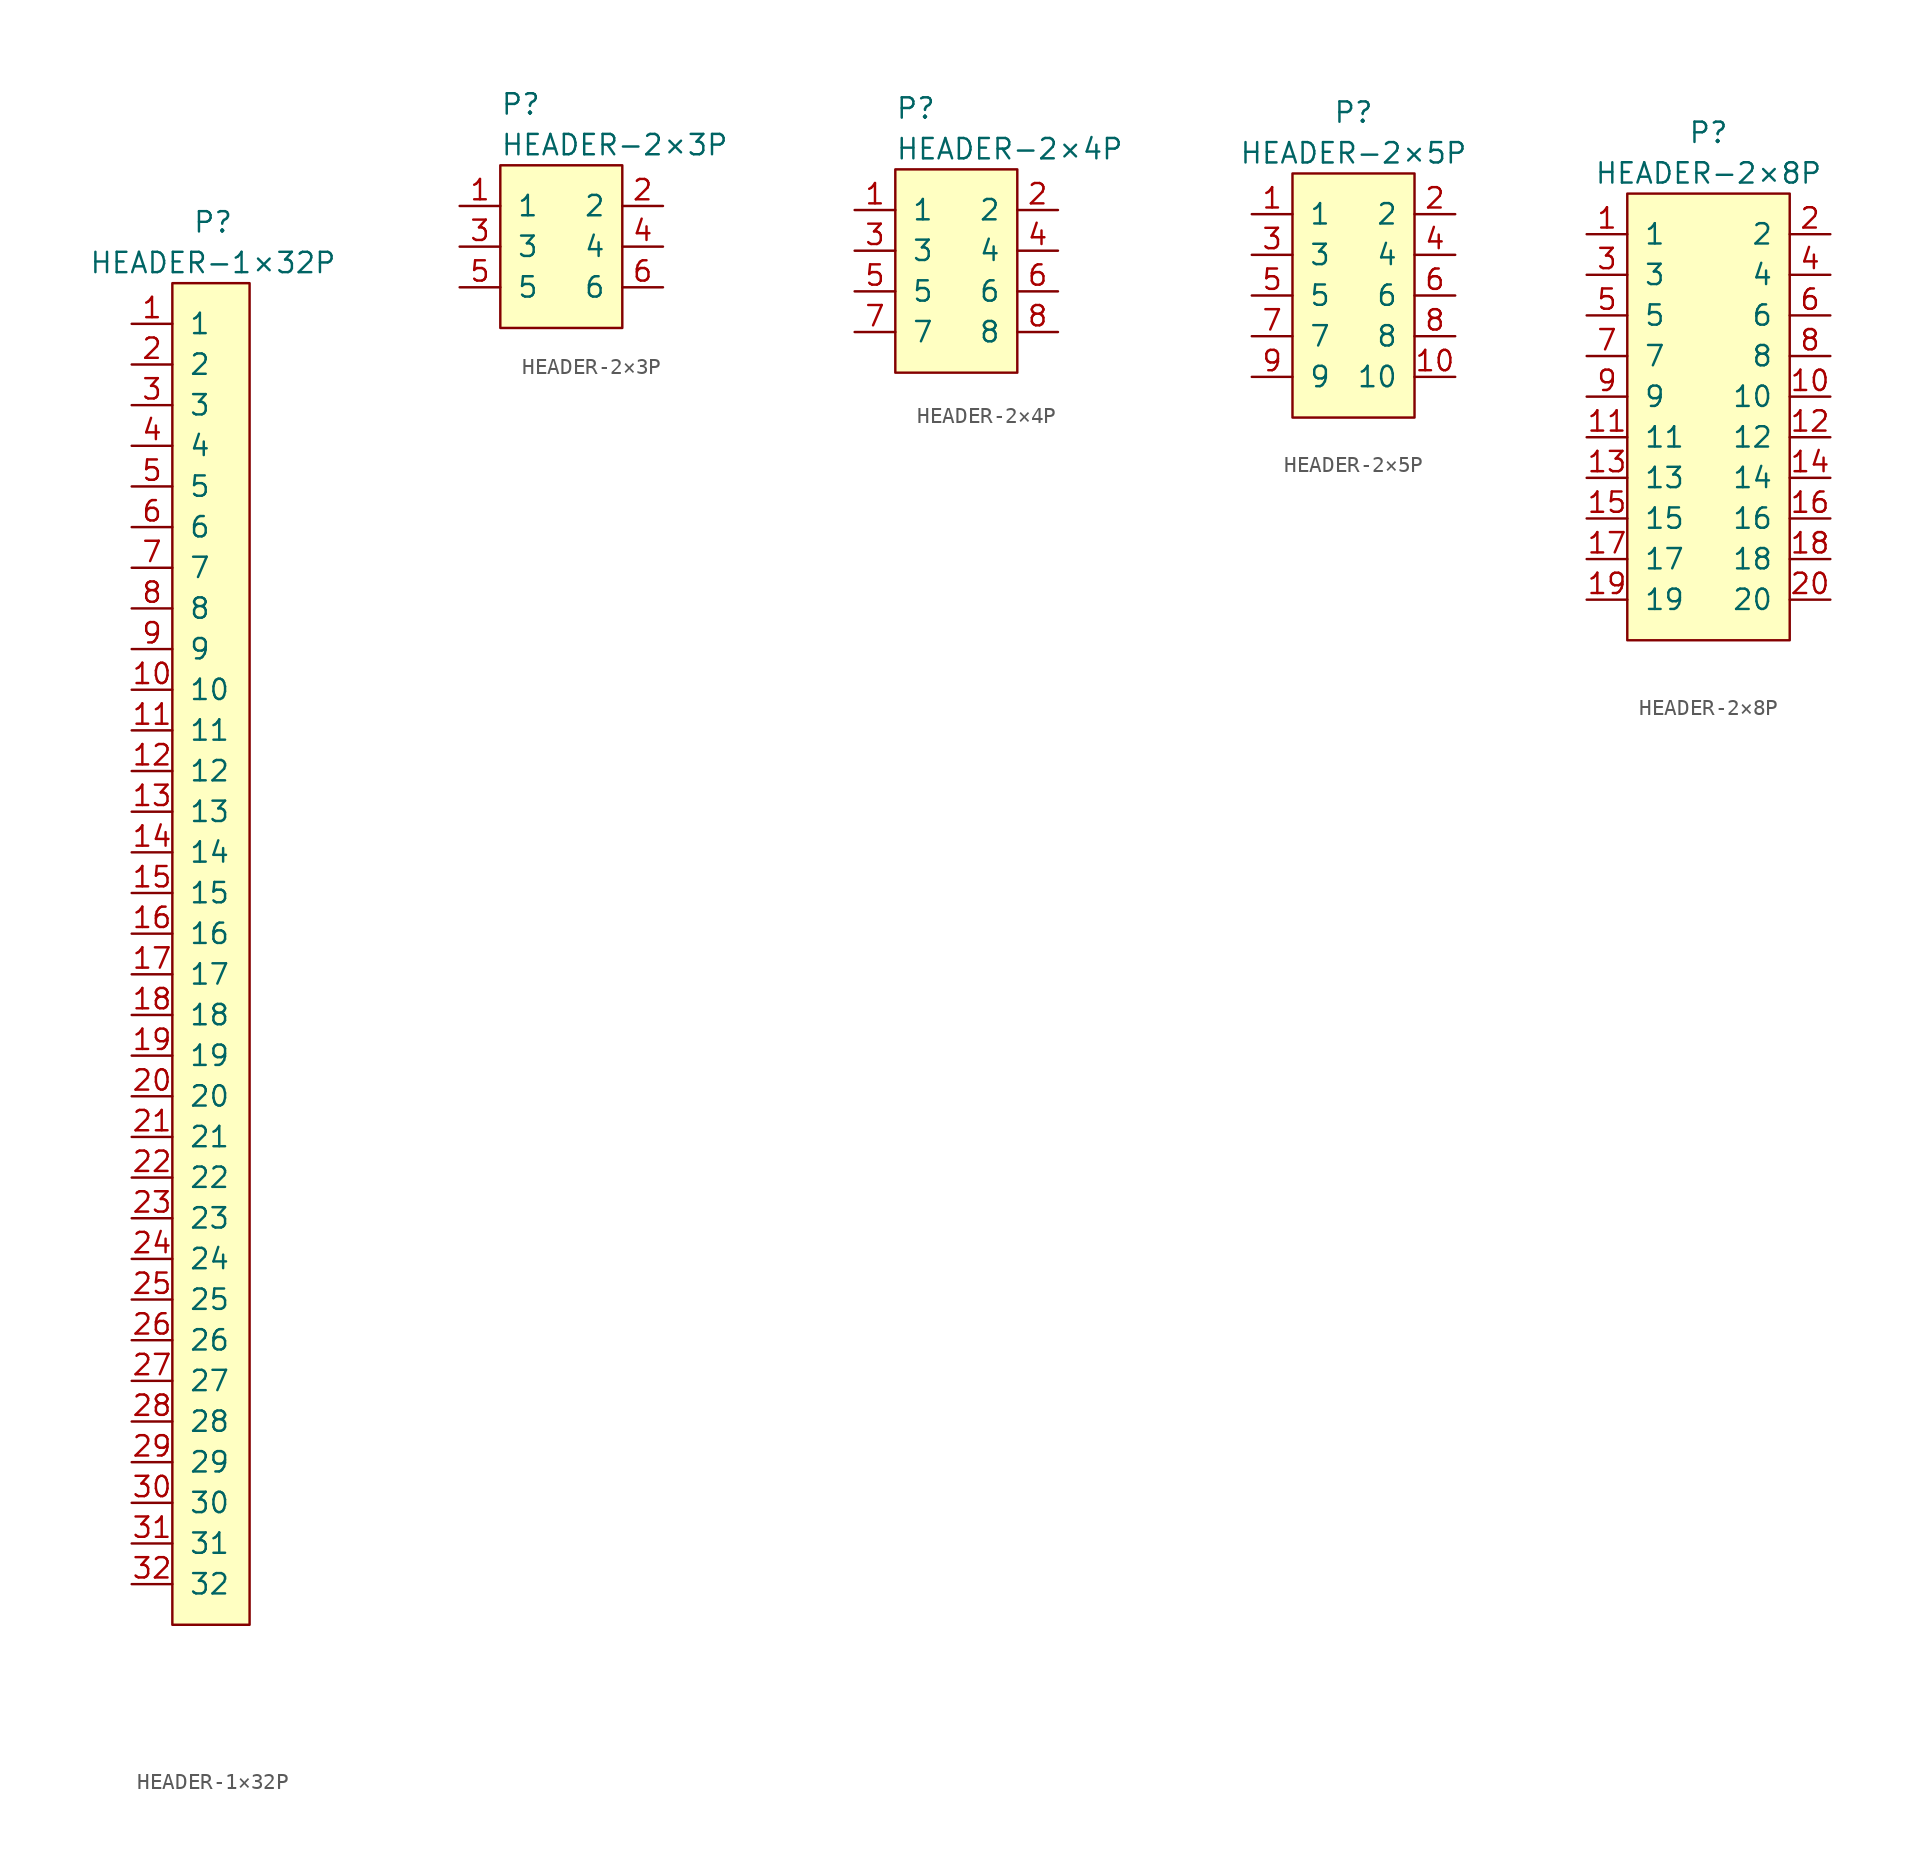
<source format=kicad_sym>
(kicad_symbol_lib
  (version 20231120)
  (generator "kicad_symbol_editor")
  (generator_version "8.0")
  (symbol "HEADER-1×32P"
    (pin_names
      (offset 1.016))
    (property "Reference" "P"
      (at 0 45.72 0)
      (effects (font (size 1.27 1.27))))
    (property "Value" "HEADER-1×32P"
      (at 0 43.18 0)
      (effects (font (size 1.27 1.27))))
    (symbol "HEADER-1×32P_0_1"
      (rectangle (start -2.54 41.91) (end 2.286 -41.91) (stroke (width 0) (type default)) (fill (type background))))
    (symbol "HEADER-1×32P_1_1"
      (pin passive line (at -5.08 39.37 0) (length 2.54) (name "1" (effects (font (size 1.27 1.27)))) (number "1" (effects (font (size 1.27 1.27)))))
      (pin passive line (at -5.08 16.51 0) (length 2.54) (name "10" (effects (font (size 1.27 1.27)))) (number "10" (effects (font (size 1.27 1.27)))))
      (pin passive line (at -5.08 13.97 0) (length 2.54) (name "11" (effects (font (size 1.27 1.27)))) (number "11" (effects (font (size 1.27 1.27)))))
      (pin passive line (at -5.08 11.43 0) (length 2.54) (name "12" (effects (font (size 1.27 1.27)))) (number "12" (effects (font (size 1.27 1.27)))))
      (pin passive line (at -5.08 8.89 0) (length 2.54) (name "13" (effects (font (size 1.27 1.27)))) (number "13" (effects (font (size 1.27 1.27)))))
      (pin passive line (at -5.08 6.35 0) (length 2.54) (name "14" (effects (font (size 1.27 1.27)))) (number "14" (effects (font (size 1.27 1.27)))))
      (pin passive line (at -5.08 3.81 0) (length 2.54) (name "15" (effects (font (size 1.27 1.27)))) (number "15" (effects (font (size 1.27 1.27)))))
      (pin passive line (at -5.08 1.27 0) (length 2.54) (name "16" (effects (font (size 1.27 1.27)))) (number "16" (effects (font (size 1.27 1.27)))))
      (pin passive line (at -5.08 -1.27 0) (length 2.54) (name "17" (effects (font (size 1.27 1.27)))) (number "17" (effects (font (size 1.27 1.27)))))
      (pin passive line (at -5.08 -3.81 0) (length 2.54) (name "18" (effects (font (size 1.27 1.27)))) (number "18" (effects (font (size 1.27 1.27)))))
      (pin passive line (at -5.08 -6.35 0) (length 2.54) (name "19" (effects (font (size 1.27 1.27)))) (number "19" (effects (font (size 1.27 1.27)))))
      (pin passive line (at -5.08 36.83 0) (length 2.54) (name "2" (effects (font (size 1.27 1.27)))) (number "2" (effects (font (size 1.27 1.27)))))
      (pin passive line (at -5.08 -8.89 0) (length 2.54) (name "20" (effects (font (size 1.27 1.27)))) (number "20" (effects (font (size 1.27 1.27)))))
      (pin passive line (at -5.08 -11.43 0) (length 2.54) (name "21" (effects (font (size 1.27 1.27)))) (number "21" (effects (font (size 1.27 1.27)))))
      (pin passive line (at -5.08 -13.97 0) (length 2.54) (name "22" (effects (font (size 1.27 1.27)))) (number "22" (effects (font (size 1.27 1.27)))))
      (pin passive line (at -5.08 -16.51 0) (length 2.54) (name "23" (effects (font (size 1.27 1.27)))) (number "23" (effects (font (size 1.27 1.27)))))
      (pin passive line (at -5.08 -19.05 0) (length 2.54) (name "24" (effects (font (size 1.27 1.27)))) (number "24" (effects (font (size 1.27 1.27)))))
      (pin passive line (at -5.08 -21.59 0) (length 2.54) (name "25" (effects (font (size 1.27 1.27)))) (number "25" (effects (font (size 1.27 1.27)))))
      (pin passive line (at -5.08 -24.13 0) (length 2.54) (name "26" (effects (font (size 1.27 1.27)))) (number "26" (effects (font (size 1.27 1.27)))))
      (pin passive line (at -5.08 -26.67 0) (length 2.54) (name "27" (effects (font (size 1.27 1.27)))) (number "27" (effects (font (size 1.27 1.27)))))
      (pin passive line (at -5.08 -29.21 0) (length 2.54) (name "28" (effects (font (size 1.27 1.27)))) (number "28" (effects (font (size 1.27 1.27)))))
      (pin passive line (at -5.08 -31.75 0) (length 2.54) (name "29" (effects (font (size 1.27 1.27)))) (number "29" (effects (font (size 1.27 1.27)))))
      (pin passive line (at -5.08 34.29 0) (length 2.54) (name "3" (effects (font (size 1.27 1.27)))) (number "3" (effects (font (size 1.27 1.27)))))
      (pin passive line (at -5.08 -34.29 0) (length 2.54) (name "30" (effects (font (size 1.27 1.27)))) (number "30" (effects (font (size 1.27 1.27)))))
      (pin passive line (at -5.08 -36.83 0) (length 2.54) (name "31" (effects (font (size 1.27 1.27)))) (number "31" (effects (font (size 1.27 1.27)))))
      (pin passive line (at -5.08 -39.37 0) (length 2.54) (name "32" (effects (font (size 1.27 1.27)))) (number "32" (effects (font (size 1.27 1.27)))))
      (pin passive line (at -5.08 31.75 0) (length 2.54) (name "4" (effects (font (size 1.27 1.27)))) (number "4" (effects (font (size 1.27 1.27)))))
      (pin passive line (at -5.08 29.21 0) (length 2.54) (name "5" (effects (font (size 1.27 1.27)))) (number "5" (effects (font (size 1.27 1.27)))))
      (pin passive line (at -5.08 26.67 0) (length 2.54) (name "6" (effects (font (size 1.27 1.27)))) (number "6" (effects (font (size 1.27 1.27)))))
      (pin passive line (at -5.08 24.13 0) (length 2.54) (name "7" (effects (font (size 1.27 1.27)))) (number "7" (effects (font (size 1.27 1.27)))))
      (pin passive line (at -5.08 21.59 0) (length 2.54) (name "8" (effects (font (size 1.27 1.27)))) (number "8" (effects (font (size 1.27 1.27)))))
      (pin passive line (at -5.08 19.05 0) (length 2.54) (name "9" (effects (font (size 1.27 1.27)))) (number "9" (effects (font (size 1.27 1.27)))))))
  (symbol "HEADER-2×3P"
    (pin_names
      (offset 1.016))
    (property "Reference" "P"
      (at -3.81 8.89 0)
      (effects (font (size 1.27 1.27)) (justify left)))
    (property "Value" "HEADER-2×3P"
      (at -3.81 6.35 0)
      (effects (font (size 1.27 1.27)) (justify left)))
    (symbol "HEADER-2×3P_0_1"
      (rectangle (start -3.81 5.08) (end 3.81 -5.08) (stroke (width 0) (type default)) (fill (type background))))
    (symbol "HEADER-2×3P_1_1"
      (pin passive line (at -6.35 2.54 0) (length 2.54) (name "1" (effects (font (size 1.27 1.27)))) (number "1" (effects (font (size 1.27 1.27)))))
      (pin passive line (at 6.35 2.54 180) (length 2.54) (name "2" (effects (font (size 1.27 1.27)))) (number "2" (effects (font (size 1.27 1.27)))))
      (pin passive line (at -6.35 0 0) (length 2.54) (name "3" (effects (font (size 1.27 1.27)))) (number "3" (effects (font (size 1.27 1.27)))))
      (pin passive line (at 6.35 0 180) (length 2.54) (name "4" (effects (font (size 1.27 1.27)))) (number "4" (effects (font (size 1.27 1.27)))))
      (pin passive line (at -6.35 -2.54 0) (length 2.54) (name "5" (effects (font (size 1.27 1.27)))) (number "5" (effects (font (size 1.27 1.27)))))
      (pin passive line (at 6.35 -2.54 180) (length 2.54) (name "6" (effects (font (size 1.27 1.27)))) (number "6" (effects (font (size 1.27 1.27)))))))
  (symbol "HEADER-2×4P"
    (pin_names
      (offset 1.016))
    (property "Reference" "P"
      (at -3.81 10.16 0)
      (effects (font (size 1.27 1.27)) (justify left)))
    (property "Value" "HEADER-2×4P"
      (at -3.81 7.62 0)
      (effects (font (size 1.27 1.27)) (justify left)))
    (symbol "HEADER-2×4P_0_1"
      (rectangle (start -3.81 6.35) (end 3.81 -6.35) (stroke (width 0) (type default)) (fill (type background))))
    (symbol "HEADER-2×4P_1_1"
      (pin passive line (at -6.35 3.81 0) (length 2.54) (name "1" (effects (font (size 1.27 1.27)))) (number "1" (effects (font (size 1.27 1.27)))))
      (pin passive line (at 6.35 3.81 180) (length 2.54) (name "2" (effects (font (size 1.27 1.27)))) (number "2" (effects (font (size 1.27 1.27)))))
      (pin passive line (at -6.35 1.27 0) (length 2.54) (name "3" (effects (font (size 1.27 1.27)))) (number "3" (effects (font (size 1.27 1.27)))))
      (pin passive line (at 6.35 1.27 180) (length 2.54) (name "4" (effects (font (size 1.27 1.27)))) (number "4" (effects (font (size 1.27 1.27)))))
      (pin passive line (at -6.35 -1.27 0) (length 2.54) (name "5" (effects (font (size 1.27 1.27)))) (number "5" (effects (font (size 1.27 1.27)))))
      (pin passive line (at 6.35 -1.27 180) (length 2.54) (name "6" (effects (font (size 1.27 1.27)))) (number "6" (effects (font (size 1.27 1.27)))))
      (pin passive line (at -6.35 -3.81 0) (length 2.54) (name "7" (effects (font (size 1.27 1.27)))) (number "7" (effects (font (size 1.27 1.27)))))
      (pin passive line (at 6.35 -3.81 180) (length 2.54) (name "8" (effects (font (size 1.27 1.27)))) (number "8" (effects (font (size 1.27 1.27)))))))
  (symbol "HEADER-2×5P"
    (pin_names
      (offset 1.016))
    (property "Reference" "P"
      (at 1.27 10.16 0)
      (effects (font (size 1.27 1.27))))
    (property "Value" "HEADER-2×5P"
      (at 1.27 7.62 0)
      (effects (font (size 1.27 1.27))))
    (symbol "HEADER-2×5P_0_1"
      (rectangle (start -2.54 6.35) (end 5.08 -8.89) (stroke (width 0) (type default)) (fill (type background))))
    (symbol "HEADER-2×5P_1_1"
      (pin passive line (at -5.08 3.81 0) (length 2.54) (name "1" (effects (font (size 1.27 1.27)))) (number "1" (effects (font (size 1.27 1.27)))))
      (pin passive line (at 7.62 -6.35 180) (length 2.54) (name "10" (effects (font (size 1.27 1.27)))) (number "10" (effects (font (size 1.27 1.27)))))
      (pin passive line (at 7.62 3.81 180) (length 2.54) (name "2" (effects (font (size 1.27 1.27)))) (number "2" (effects (font (size 1.27 1.27)))))
      (pin passive line (at -5.08 1.27 0) (length 2.54) (name "3" (effects (font (size 1.27 1.27)))) (number "3" (effects (font (size 1.27 1.27)))))
      (pin passive line (at 7.62 1.27 180) (length 2.54) (name "4" (effects (font (size 1.27 1.27)))) (number "4" (effects (font (size 1.27 1.27)))))
      (pin passive line (at -5.08 -1.27 0) (length 2.54) (name "5" (effects (font (size 1.27 1.27)))) (number "5" (effects (font (size 1.27 1.27)))))
      (pin passive line (at 7.62 -1.27 180) (length 2.54) (name "6" (effects (font (size 1.27 1.27)))) (number "6" (effects (font (size 1.27 1.27)))))
      (pin passive line (at -5.08 -3.81 0) (length 2.54) (name "7" (effects (font (size 1.27 1.27)))) (number "7" (effects (font (size 1.27 1.27)))))
      (pin passive line (at 7.62 -3.81 180) (length 2.54) (name "8" (effects (font (size 1.27 1.27)))) (number "8" (effects (font (size 1.27 1.27)))))
      (pin passive line (at -5.08 -6.35 0) (length 2.54) (name "9" (effects (font (size 1.27 1.27)))) (number "9" (effects (font (size 1.27 1.27)))))))
  (symbol "HEADER-2×8P"
    (pin_names
      (offset 1.016))
    (property "Reference" "P"
      (at 0 17.78 0)
      (effects (font (size 1.27 1.27))))
    (property "Value" "HEADER-2×8P"
      (at 0 15.24 0)
      (effects (font (size 1.27 1.27))))
    (symbol "HEADER-2×8P_0_1"
      (rectangle (start -5.08 13.97) (end 5.08 -13.97) (stroke (width 0) (type default)) (fill (type background))))
    (symbol "HEADER-2×8P_1_1"
      (pin passive line (at -7.62 11.43 0) (length 2.54) (name "1" (effects (font (size 1.27 1.27)))) (number "1" (effects (font (size 1.27 1.27)))))
      (pin passive line (at 7.62 1.27 180) (length 2.54) (name "10" (effects (font (size 1.27 1.27)))) (number "10" (effects (font (size 1.27 1.27)))))
      (pin passive line (at -7.62 -1.27 0) (length 2.54) (name "11" (effects (font (size 1.27 1.27)))) (number "11" (effects (font (size 1.27 1.27)))))
      (pin passive line (at 7.62 -1.27 180) (length 2.54) (name "12" (effects (font (size 1.27 1.27)))) (number "12" (effects (font (size 1.27 1.27)))))
      (pin passive line (at -7.62 -3.81 0) (length 2.54) (name "13" (effects (font (size 1.27 1.27)))) (number "13" (effects (font (size 1.27 1.27)))))
      (pin passive line (at 7.62 -3.81 180) (length 2.54) (name "14" (effects (font (size 1.27 1.27)))) (number "14" (effects (font (size 1.27 1.27)))))
      (pin passive line (at -7.62 -6.35 0) (length 2.54) (name "15" (effects (font (size 1.27 1.27)))) (number "15" (effects (font (size 1.27 1.27)))))
      (pin passive line (at 7.62 -6.35 180) (length 2.54) (name "16" (effects (font (size 1.27 1.27)))) (number "16" (effects (font (size 1.27 1.27)))))
      (pin passive line (at -7.62 -8.89 0) (length 2.54) (name "17" (effects (font (size 1.27 1.27)))) (number "17" (effects (font (size 1.27 1.27)))))
      (pin passive line (at 7.62 -8.89 180) (length 2.54) (name "18" (effects (font (size 1.27 1.27)))) (number "18" (effects (font (size 1.27 1.27)))))
      (pin passive line (at -7.62 -11.43 0) (length 2.54) (name "19" (effects (font (size 1.27 1.27)))) (number "19" (effects (font (size 1.27 1.27)))))
      (pin passive line (at 7.62 11.43 180) (length 2.54) (name "2" (effects (font (size 1.27 1.27)))) (number "2" (effects (font (size 1.27 1.27)))))
      (pin passive line (at 7.62 -11.43 180) (length 2.54) (name "20" (effects (font (size 1.27 1.27)))) (number "20" (effects (font (size 1.27 1.27)))))
      (pin passive line (at -7.62 8.89 0) (length 2.54) (name "3" (effects (font (size 1.27 1.27)))) (number "3" (effects (font (size 1.27 1.27)))))
      (pin passive line (at 7.62 8.89 180) (length 2.54) (name "4" (effects (font (size 1.27 1.27)))) (number "4" (effects (font (size 1.27 1.27)))))
      (pin passive line (at -7.62 6.35 0) (length 2.54) (name "5" (effects (font (size 1.27 1.27)))) (number "5" (effects (font (size 1.27 1.27)))))
      (pin passive line (at 7.62 6.35 180) (length 2.54) (name "6" (effects (font (size 1.27 1.27)))) (number "6" (effects (font (size 1.27 1.27)))))
      (pin passive line (at -7.62 3.81 0) (length 2.54) (name "7" (effects (font (size 1.27 1.27)))) (number "7" (effects (font (size 1.27 1.27)))))
      (pin passive line (at 7.62 3.81 180) (length 2.54) (name "8" (effects (font (size 1.27 1.27)))) (number "8" (effects (font (size 1.27 1.27)))))
      (pin passive line (at -7.62 1.27 0) (length 2.54) (name "9" (effects (font (size 1.27 1.27)))) (number "9" (effects (font (size 1.27 1.27))))))))
</source>
